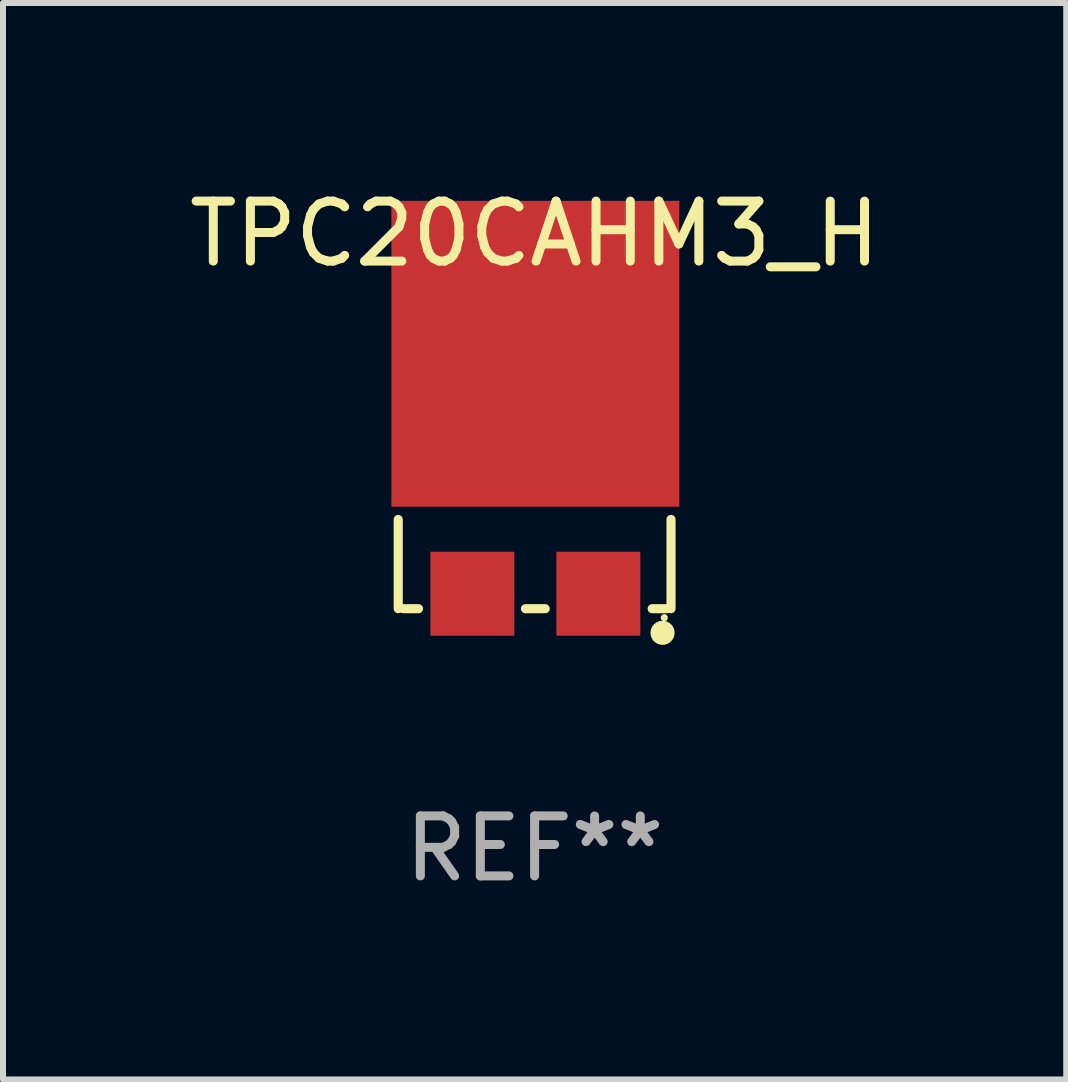
<source format=kicad_pcb>
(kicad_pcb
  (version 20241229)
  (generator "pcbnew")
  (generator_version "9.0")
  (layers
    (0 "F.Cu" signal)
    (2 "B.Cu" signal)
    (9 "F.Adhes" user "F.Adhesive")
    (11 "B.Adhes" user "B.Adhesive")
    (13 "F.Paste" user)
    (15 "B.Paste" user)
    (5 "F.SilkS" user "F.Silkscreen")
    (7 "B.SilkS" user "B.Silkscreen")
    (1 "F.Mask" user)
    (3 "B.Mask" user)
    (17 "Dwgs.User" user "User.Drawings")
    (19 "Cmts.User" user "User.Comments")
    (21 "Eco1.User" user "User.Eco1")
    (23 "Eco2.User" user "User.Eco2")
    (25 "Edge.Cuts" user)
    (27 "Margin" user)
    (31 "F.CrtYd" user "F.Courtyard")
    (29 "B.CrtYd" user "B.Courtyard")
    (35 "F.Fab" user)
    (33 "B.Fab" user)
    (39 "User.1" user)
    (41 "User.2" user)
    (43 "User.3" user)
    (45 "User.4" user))
  (footprint "TPC20CAHM3_H"
    (layer "F.Cu")
    (at 5.863 4.973)
    (property "Reference" "TPC20CAHM3_H" (at 0 -4.125 0) (layer "F.SilkS") (effects (font (size 1 1) (thickness 0.15))))
    (attr through_hole)
    (fp_line (start -2.274 0.637) (end -2.274 2.125) (stroke (width 0.152) (type solid)) (layer "F.SilkS"))
    (fp_line (start -1.936 2.125) (end -2.188 2.125) (stroke (width 0.152) (type solid)) (layer "F.SilkS"))
    (fp_line (start 0.177 2.125) (end -0.153 2.125) (stroke (width 0.152) (type solid)) (layer "F.SilkS"))
    (fp_line (start 2.212 2.125) (end 1.96 2.125) (stroke (width 0.152) (type solid)) (layer "F.SilkS"))
    (fp_line (start 2.274 0.637) (end 2.274 2.124) (stroke (width 0.152) (type solid)) (layer "F.SilkS"))
    (fp_circle (center 2.133 2.527) (end 2.234 2.527) (stroke (width 0.2) (type solid)) (fill no) (layer "F.SilkS"))
    (fp_circle (center 2.162 2.275) (end 2.192 2.275) (stroke (width 0.06) (type solid)) (fill no) (layer "F.SilkS"))
    (fp_text user "REF**" (at 0 6.125 0) (layer "F.Fab") (effects (font (size 1 1) (thickness 0.15))))
    (pad "1" smd rect (at 1.062 1.875) (size 1.4 1.4) (layers "F.Cu" "F.Mask" "F.Paste"))
    (pad "2" smd rect (at -1.038 1.875) (size 1.4 1.4) (layers "F.Cu" "F.Mask" "F.Paste"))
    (pad "3" smd rect (at 0.012 -2.125) (size 4.8 5.1) (layers "F.Cu" "F.Mask" "F.Paste")))
  (gr_rect
    (start -3 -3)
    (end 14.726 14.947)
    (stroke (width 0.1) (type default))
    (fill no)
    (layer "Edge.Cuts")))
</source>
